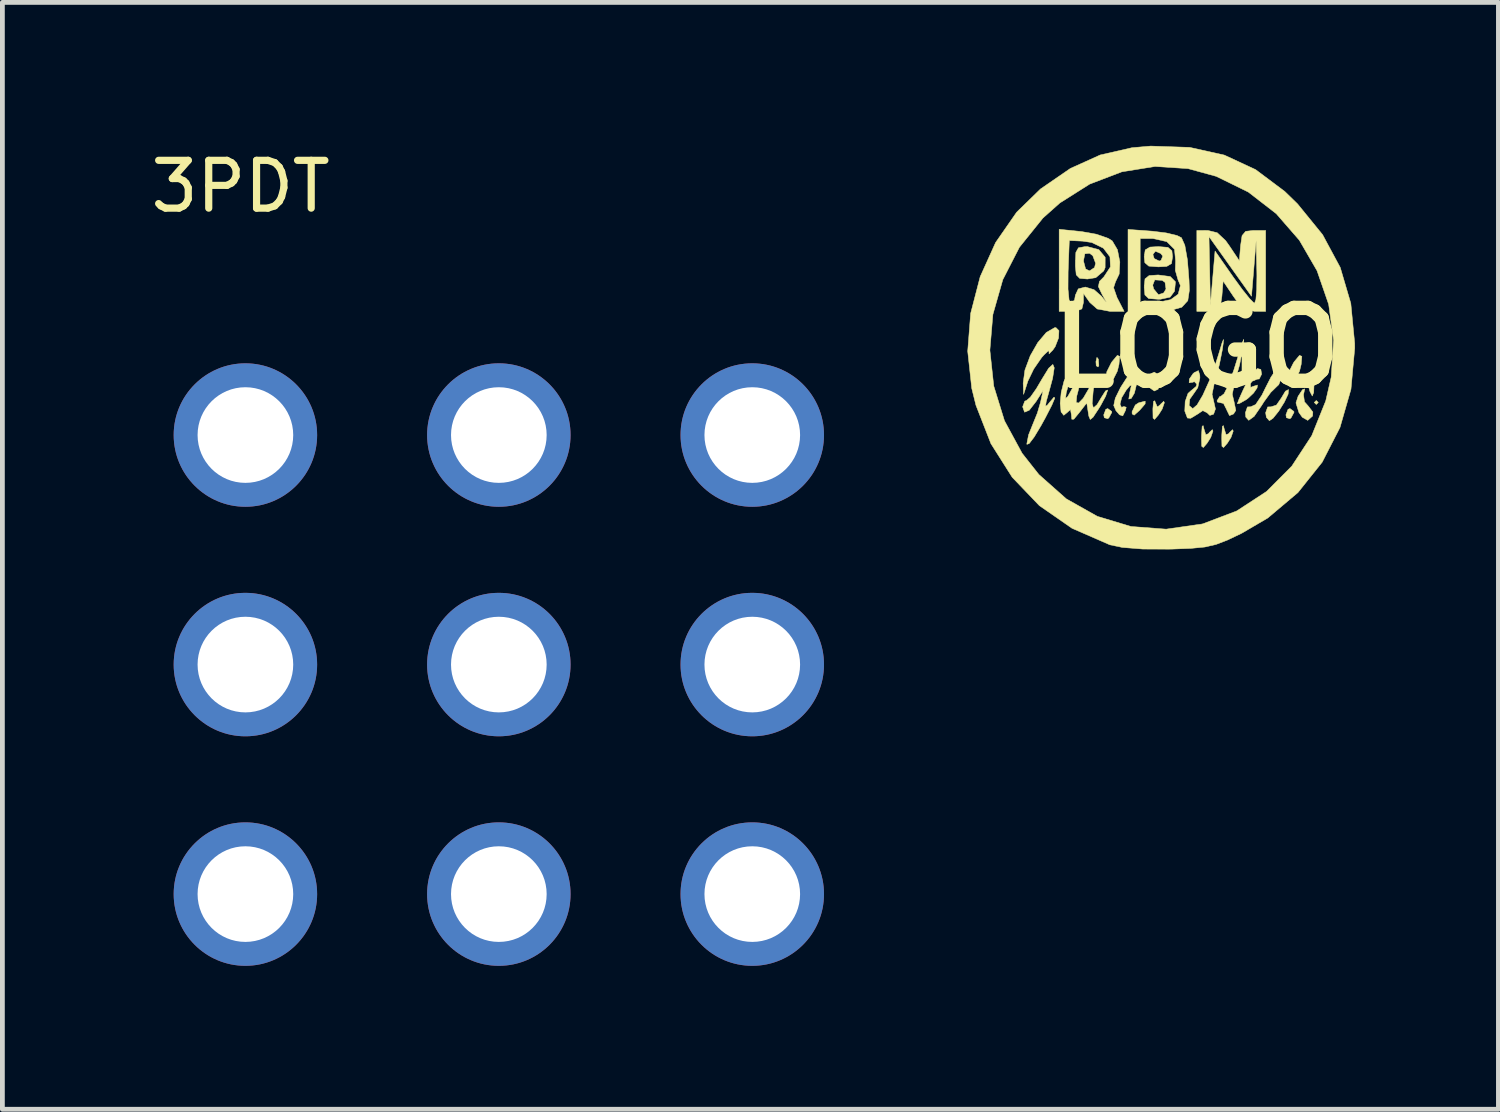
<source format=kicad_pcb>
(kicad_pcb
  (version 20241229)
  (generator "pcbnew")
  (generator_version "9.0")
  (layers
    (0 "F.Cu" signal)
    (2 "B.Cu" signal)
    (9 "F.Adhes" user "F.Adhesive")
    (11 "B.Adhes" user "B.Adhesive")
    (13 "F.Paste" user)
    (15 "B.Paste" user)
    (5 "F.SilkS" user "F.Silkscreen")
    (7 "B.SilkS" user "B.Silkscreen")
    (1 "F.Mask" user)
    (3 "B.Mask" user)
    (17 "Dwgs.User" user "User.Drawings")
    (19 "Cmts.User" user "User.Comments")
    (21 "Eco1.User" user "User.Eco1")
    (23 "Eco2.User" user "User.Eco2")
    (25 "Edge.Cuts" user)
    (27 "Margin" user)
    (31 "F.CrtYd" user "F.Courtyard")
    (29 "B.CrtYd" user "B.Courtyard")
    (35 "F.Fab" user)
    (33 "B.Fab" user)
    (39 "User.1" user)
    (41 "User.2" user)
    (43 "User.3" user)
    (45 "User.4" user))
  (footprint "LOGO"
    (layer "F.Cu")
    (at 21.979 4.224)
    (property "Reference" "LOGO" (at 0 0 0) (layer "F.SilkS") (effects (font (size 1.524 1.524) (thickness 0.3))))
    (attr through_hole)
    (fp_poly (pts (xy 2.54 1.143) (xy 2.498 1.185) (xy 2.455 1.143) (xy 2.498 1.101) (xy 2.54 1.143)) (stroke (width 0.01) (type solid)) (fill yes) (layer "F.SilkS"))
    (fp_poly (pts (xy -2.059 0.238) (xy -2.049 0.37) (xy -2.066 0.4) (xy -2.104 0.375) (xy -2.11 0.289) (xy -2.089 0.199) (xy -2.059 0.238)) (stroke (width 0.01) (type solid)) (fill yes) (layer "F.SilkS"))
    (fp_poly (pts (xy -1.78 1.331) (xy -1.778 1.35) (xy -1.84 1.464) (xy -1.863 1.482) (xy -1.935 1.462) (xy -1.947 1.402) (xy -1.903 1.286) (xy -1.863 1.27) (xy -1.78 1.331)) (stroke (width 0.01) (type solid)) (fill yes) (layer "F.SilkS"))
    (fp_poly (pts (xy -1.081 1.172) (xy -1.196 1.306) (xy -1.311 1.408) (xy -1.352 1.383) (xy -1.355 1.336) (xy -1.286 1.195) (xy -1.216 1.15) (xy -1.08 1.115) (xy -1.081 1.172)) (stroke (width 0.01) (type solid)) (fill yes) (layer "F.SilkS"))
    (fp_poly (pts (xy -0.786 0.581) (xy -0.762 0.706) (xy -0.809 0.865) (xy -0.889 0.903) (xy -0.992 0.83) (xy -1.016 0.706) (xy -0.969 0.546) (xy -0.889 0.508) (xy -0.786 0.581)) (stroke (width 0.01) (type solid)) (fill yes) (layer "F.SilkS"))
    (fp_poly (pts (xy 2.03 1.331) (xy 2.032 1.35) (xy 1.97 1.464) (xy 1.947 1.482) (xy 1.875 1.462) (xy 1.863 1.402) (xy 1.907 1.286) (xy 1.947 1.27) (xy 2.03 1.331)) (stroke (width 0.01) (type solid)) (fill yes) (layer "F.SilkS"))
    (fp_poly (pts (xy 2.448 0.569) (xy 2.453 0.699) (xy 2.444 0.934) (xy 2.414 1.007) (xy 2.366 0.915) (xy 2.342 0.832) (xy 2.336 0.625) (xy 2.372 0.514) (xy 2.424 0.468) (xy 2.448 0.569)) (stroke (width 0.01) (type solid)) (fill yes) (layer "F.SilkS"))
    (fp_poly (pts (xy -1.614 0.178) (xy -1.628 0.346) (xy -1.662 0.487) (xy -1.743 0.648) (xy -1.843 0.664) (xy -1.895 0.609) (xy -1.882 0.499) (xy -1.792 0.32) (xy -1.774 0.291) (xy -1.663 0.158) (xy -1.614 0.178)) (stroke (width 0.01) (type solid)) (fill yes) (layer "F.SilkS"))
    (fp_poly (pts (xy 2.196 0.178) (xy 2.182 0.346) (xy 2.148 0.487) (xy 2.067 0.648) (xy 1.967 0.664) (xy 1.915 0.609) (xy 1.928 0.499) (xy 2.018 0.32) (xy 2.036 0.291) (xy 2.147 0.158) (xy 2.196 0.178)) (stroke (width 0.01) (type solid)) (fill yes) (layer "F.SilkS"))
    (fp_poly (pts (xy 2.233 0.971) (xy 2.23 0.978) (xy 2.251 1.129) (xy 2.331 1.219) (xy 2.426 1.343) (xy 2.421 1.426) (xy 2.319 1.517) (xy 2.206 1.452) (xy 2.135 1.353) (xy 2.073 1.152) (xy 2.118 1.014) (xy 2.209 0.876) (xy 2.256 0.859) (xy 2.233 0.971)) (stroke (width 0.01) (type solid)) (fill yes) (layer "F.SilkS"))
    (fp_poly (pts (xy -0.871 1.134) (xy -0.825 1.238) (xy -0.761 1.186) (xy -0.755 1.176) (xy -0.692 1.118) (xy -0.679 1.148) (xy -0.725 1.28) (xy -0.802 1.402) (xy -0.884 1.497) (xy -0.916 1.469) (xy -0.919 1.295) (xy -0.919 1.27) (xy -0.905 1.119) (xy -0.879 1.107) (xy -0.871 1.134)) (stroke (width 0.01) (type solid)) (fill yes) (layer "F.SilkS"))
    (fp_poly (pts (xy 0.146 1.686) (xy 0.187 1.817) (xy 0.244 1.795) (xy 0.26 1.771) (xy 0.324 1.711) (xy 0.337 1.741) (xy 0.291 1.873) (xy 0.214 1.995) (xy 0.136 2.085) (xy 0.102 2.059) (xy 0.097 1.895) (xy 0.099 1.82) (xy 0.111 1.642) (xy 0.132 1.627) (xy 0.146 1.686)) (stroke (width 0.01) (type solid)) (fill yes) (layer "F.SilkS"))
    (fp_poly (pts (xy 0.57 1.686) (xy 0.611 1.817) (xy 0.667 1.795) (xy 0.684 1.771) (xy 0.747 1.711) (xy 0.761 1.741) (xy 0.715 1.873) (xy 0.638 1.995) (xy 0.559 2.085) (xy 0.525 2.059) (xy 0.521 1.895) (xy 0.522 1.82) (xy 0.534 1.642) (xy 0.555 1.627) (xy 0.57 1.686)) (stroke (width 0.01) (type solid)) (fill yes) (layer "F.SilkS"))
    (fp_poly (pts (xy 1.918 0.874) (xy 1.909 0.969) (xy 1.829 1.138) (xy 1.712 1.325) (xy 1.594 1.472) (xy 1.517 1.524) (xy 1.454 1.453) (xy 1.439 1.357) (xy 1.482 1.236) (xy 1.551 1.234) (xy 1.665 1.197) (xy 1.766 1.051) (xy 1.853 0.906) (xy 1.917 0.873) (xy 1.918 0.874)) (stroke (width 0.01) (type solid)) (fill yes) (layer "F.SilkS"))
    (fp_poly (pts (xy 1.768 0.487) (xy 1.77 0.627) (xy 1.714 0.769) (xy 1.66 0.821) (xy 1.545 0.933) (xy 1.401 1.132) (xy 1.355 1.206) (xy 1.198 1.434) (xy 1.085 1.516) (xy 1.024 1.448) (xy 1.016 1.357) (xy 1.058 1.236) (xy 1.127 1.233) (xy 1.23 1.186) (xy 1.361 0.99) (xy 1.43 0.849) (xy 1.549 0.615) (xy 1.652 0.46) (xy 1.7 0.423) (xy 1.768 0.487)) (stroke (width 0.01) (type solid)) (fill yes) (layer "F.SilkS"))
    (fp_poly (pts (xy -2.884 -0.359) (xy -2.892 -0.206) (xy -2.962 -0.026) (xy -3.012 0.047) (xy -3.091 0.126) (xy -3.09 0.085) (xy -3.102 0.059) (xy -3.195 0.146) (xy -3.245 0.202) (xy -3.412 0.444) (xy -3.534 0.697) (xy -3.538 0.71) (xy -3.623 0.974) (xy -3.632 0.738) (xy -3.595 0.465) (xy -3.484 0.167) (xy -3.326 -0.11) (xy -3.148 -0.321) (xy -2.975 -0.421) (xy -2.947 -0.423) (xy -2.884 -0.359)) (stroke (width 0.01) (type solid)) (fill yes) (layer "F.SilkS"))
    (fp_poly (pts (xy 1.338 0.451) (xy 1.355 0.55) (xy 1.305 0.651) (xy 1.259 0.656) (xy 1.15 0.703) (xy 1.121 0.753) (xy 1.124 0.827) (xy 1.185 0.804) (xy 1.267 0.778) (xy 1.26 0.839) (xy 1.186 0.946) (xy 1.066 1.059) (xy 1.033 1.083) (xy 0.896 1.161) (xy 0.847 1.169) (xy 0.88 1.078) (xy 0.965 0.888) (xy 1.018 0.778) (xy 1.152 0.546) (xy 1.265 0.433) (xy 1.338 0.451)) (stroke (width 0.01) (type solid)) (fill yes) (layer "F.SilkS"))
    (fp_poly (pts (xy -0.604 -2.101) (xy -0.522 -2.03) (xy -0.508 -1.905) (xy -0.53 -1.762) (xy -0.63 -1.703) (xy -0.804 -1.693) (xy -1.005 -1.709) (xy -1.087 -1.78) (xy -1.101 -1.905) (xy -1.094 -1.951) (xy -0.919 -1.951) (xy -0.892 -1.867) (xy -0.786 -1.815) (xy -0.749 -1.829) (xy -0.713 -1.918) (xy -0.753 -1.972) (xy -0.867 -2.021) (xy -0.919 -1.951) (xy -1.094 -1.951) (xy -1.079 -2.048) (xy -0.979 -2.107) (xy -0.804 -2.117) (xy -0.604 -2.101)) (stroke (width 0.01) (type solid)) (fill yes) (layer "F.SilkS"))
    (fp_poly (pts (xy -0.556 -1.491) (xy -0.447 -1.381) (xy -0.466 -1.185) (xy -0.559 -1.06) (xy -0.758 -1.017) (xy -0.81 -1.016) (xy -1.007 -1.031) (xy -1.086 -1.106) (xy -1.101 -1.27) (xy -1.097 -1.311) (xy -0.923 -1.311) (xy -0.902 -1.231) (xy -0.803 -1.111) (xy -0.692 -1.149) (xy -0.645 -1.231) (xy -0.665 -1.369) (xy -0.725 -1.411) (xy -0.88 -1.421) (xy -0.923 -1.311) (xy -1.097 -1.311) (xy -1.084 -1.442) (xy -0.998 -1.511) (xy -0.809 -1.524) (xy -0.556 -1.491)) (stroke (width 0.01) (type solid)) (fill yes) (layer "F.SilkS"))
    (fp_poly (pts (xy 0.977 -0.105) (xy 0.956 0.042) (xy 0.894 0.356) (xy 0.808 0.662) (xy 0.801 0.683) (xy 0.741 0.971) (xy 0.78 1.136) (xy 0.815 1.308) (xy 0.768 1.383) (xy 0.683 1.417) (xy 0.625 1.298) (xy 0.623 1.291) (xy 0.558 1.163) (xy 0.498 1.149) (xy 0.428 1.133) (xy 0.423 1.106) (xy 0.478 1.019) (xy 0.498 1.016) (xy 0.57 0.96) (xy 0.66 0.781) (xy 0.774 0.463) (xy 0.879 0.127) (xy 0.95 -0.103) (xy 0.98 -0.179) (xy 0.977 -0.105)) (stroke (width 0.01) (type solid)) (fill yes) (layer "F.SilkS"))
    (fp_poly (pts (xy -2.05 -2.054) (xy -1.917 -1.894) (xy -1.918 -1.677) (xy -1.947 -1.609) (xy -2.114 -1.467) (xy -2.289 -1.439) (xy -2.45 -1.453) (xy -2.522 -1.526) (xy -2.54 -1.708) (xy -2.54 -1.778) (xy -2.538 -1.818) (xy -2.371 -1.818) (xy -2.326 -1.649) (xy -2.244 -1.609) (xy -2.139 -1.679) (xy -2.117 -1.769) (xy -2.176 -1.927) (xy -2.244 -1.978) (xy -2.342 -1.967) (xy -2.371 -1.818) (xy -2.538 -1.818) (xy -2.53 -1.995) (xy -2.476 -2.092) (xy -2.341 -2.116) (xy -2.289 -2.117) (xy -2.05 -2.054)) (stroke (width 0.01) (type solid)) (fill yes) (layer "F.SilkS"))
    (fp_poly (pts (xy -1.259 0.582) (xy -1.26 0.758) (xy -1.305 0.945) (xy -1.371 1.058) (xy -1.423 1.071) (xy -1.403 0.934) (xy -1.402 0.931) (xy -1.369 0.787) (xy -1.401 0.793) (xy -1.477 0.884) (xy -1.572 1.042) (xy -1.607 1.178) (xy -1.577 1.244) (xy -1.525 1.228) (xy -1.477 1.242) (xy -1.492 1.308) (xy -1.549 1.423) (xy -1.617 1.4) (xy -1.691 1.315) (xy -1.738 1.206) (xy -1.705 1.053) (xy -1.594 0.828) (xy -1.463 0.623) (xy -1.351 0.504) (xy -1.311 0.491) (xy -1.259 0.582)) (stroke (width 0.01) (type solid)) (fill yes) (layer "F.SilkS"))
    (fp_poly (pts (xy -0.93 -2.439) (xy -0.641 -2.403) (xy -0.415 -2.349) (xy -0.321 -2.302) (xy -0.251 -2.144) (xy -0.197 -1.84) (xy -0.163 -1.412) (xy -0.156 -1.205) (xy -0.189 -0.986) (xy -0.315 -0.849) (xy -0.56 -0.78) (xy -0.899 -0.762) (xy -1.439 -0.762) (xy -1.439 -2.286) (xy -1.185 -2.286) (xy -1.185 -0.922) (xy -0.834 -0.948) (xy -0.548 -1.007) (xy -0.39 -1.122) (xy -0.343 -1.303) (xy -0.394 -1.424) (xy -0.45 -1.62) (xy -0.444 -1.818) (xy -0.467 -2.06) (xy -0.629 -2.221) (xy -0.913 -2.285) (xy -0.948 -2.286) (xy -1.185 -2.286) (xy -1.439 -2.286) (xy -1.439 -2.476) (xy -0.93 -2.439)) (stroke (width 0.01) (type solid)) (fill yes) (layer "F.SilkS"))
    (fp_poly (pts (xy -2.982 0.418) (xy -3.016 0.637) (xy -3.084 0.889) (xy -3.15 1.125) (xy -3.164 1.221) (xy -3.126 1.199) (xy -3.086 1.148) (xy -2.987 1.031) (xy -2.97 1.051) (xy -3.032 1.198) (xy -3.168 1.463) (xy -3.259 1.628) (xy -3.4 1.863) (xy -3.505 2.001) (xy -3.554 2.019) (xy -3.555 2.007) (xy -3.519 1.821) (xy -3.441 1.626) (xy -3.334 1.362) (xy -3.27 1.143) (xy -3.214 0.889) (xy -3.362 1.122) (xy -3.505 1.305) (xy -3.602 1.346) (xy -3.641 1.239) (xy -3.641 1.228) (xy -3.598 1.115) (xy -3.561 1.101) (xy -3.481 1.032) (xy -3.356 0.854) (xy -3.244 0.663) (xy -3.099 0.427) (xy -3.011 0.347) (xy -2.982 0.418)) (stroke (width 0.01) (type solid)) (fill yes) (layer "F.SilkS"))
    (fp_poly (pts (xy 0.553 -0.101) (xy 0.533 0.042) (xy 0.47 0.356) (xy 0.385 0.662) (xy 0.378 0.683) (xy 0.318 0.971) (xy 0.357 1.136) (xy 0.389 1.279) (xy 0.35 1.388) (xy 0.272 1.413) (xy 0.213 1.357) (xy 0.125 1.313) (xy 0.006 1.392) (xy -0.128 1.473) (xy -0.197 1.468) (xy -0.252 1.323) (xy -0.244 1.124) (xy -0.185 0.954) (xy -0.127 0.901) (xy -0.015 0.808) (xy 0 0.76) (xy -0.052 0.707) (xy -0.085 0.72) (xy -0.161 0.73) (xy -0.156 0.653) (xy -0.08 0.541) (xy -0.053 0.517) (xy 0.033 0.476) (xy 0.062 0.573) (xy 0.064 0.632) (xy 0.02 0.833) (xy -0.053 0.94) (xy -0.148 1.074) (xy -0.162 1.206) (xy -0.089 1.27) (xy -0.084 1.27) (xy 0.005 1.194) (xy 0.125 0.991) (xy 0.259 0.694) (xy 0.391 0.339) (xy 0.458 0.127) (xy 0.527 -0.102) (xy 0.557 -0.176) (xy 0.553 -0.101)) (stroke (width 0.01) (type solid)) (fill yes) (layer "F.SilkS"))
    (fp_poly (pts (xy 1.439 -0.762) (xy 1.206 -0.763) (xy 1.014 -0.811) (xy 0.839 -0.974) (xy 0.762 -1.081) (xy 0.55 -1.397) (xy 0.524 -1.079) (xy 0.493 -0.871) (xy 0.418 -0.781) (xy 0.257 -0.762) (xy 0.249 -0.762) (xy 0 -0.762) (xy 0 -2.327) (xy 0.254 -2.327) (xy 0.269 -1.608) (xy 0.284 -0.889) (xy 0.332 -1.457) (xy 0.381 -2.024) (xy 0.762 -1.479) (xy 0.949 -1.222) (xy 1.103 -1.03) (xy 1.196 -0.937) (xy 1.206 -0.933) (xy 1.235 -1.01) (xy 1.252 -1.216) (xy 1.256 -1.509) (xy 1.255 -1.587) (xy 1.24 -2.244) (xy 1.192 -1.661) (xy 1.143 -1.079) (xy 0.254 -2.327) (xy 0 -2.327) (xy 0 -2.455) (xy 0.233 -2.454) (xy 0.426 -2.407) (xy 0.601 -2.243) (xy 0.677 -2.137) (xy 0.889 -1.82) (xy 0.915 -2.138) (xy 0.946 -2.347) (xy 1.021 -2.436) (xy 1.182 -2.455) (xy 1.19 -2.455) (xy 1.439 -2.455) (xy 1.439 -0.762)) (stroke (width 0.01) (type solid)) (fill yes) (layer "F.SilkS"))
    (fp_poly (pts (xy -2.404 -2.43) (xy -2.097 -2.375) (xy -1.852 -2.289) (xy -1.769 -2.236) (xy -1.66 -2.051) (xy -1.61 -1.795) (xy -1.624 -1.543) (xy -1.701 -1.381) (xy -1.741 -1.258) (xy -1.669 -1.051) (xy -1.656 -1.026) (xy -1.52 -0.762) (xy -1.813 -0.762) (xy -2.082 -0.812) (xy -2.239 -0.95) (xy -2.371 -1.138) (xy -2.371 -0.95) (xy -2.404 -0.814) (xy -2.535 -0.765) (xy -2.625 -0.762) (xy -2.879 -0.762) (xy -2.879 -1.227) (xy -2.694 -1.227) (xy -2.672 -1.003) (xy -2.628 -0.931) (xy -2.557 -1.002) (xy -2.54 -1.101) (xy -2.479 -1.233) (xy -2.332 -1.271) (xy -2.15 -1.216) (xy -1.994 -1.079) (xy -1.899 -0.957) (xy -1.896 -0.966) (xy -1.979 -1.112) (xy -2.059 -1.28) (xy -2.036 -1.39) (xy -1.943 -1.485) (xy -1.807 -1.693) (xy -1.817 -1.903) (xy -1.954 -2.084) (xy -2.199 -2.203) (xy -2.386 -2.231) (xy -2.667 -2.244) (xy -2.692 -1.587) (xy -2.694 -1.227) (xy -2.879 -1.227) (xy -2.879 -2.479) (xy -2.404 -2.43)) (stroke (width 0.01) (type solid)) (fill yes) (layer "F.SilkS"))
    (fp_poly (pts (xy -2.634 0.549) (xy -2.654 0.664) (xy -2.731 0.94) (xy -2.746 1.058) (xy -2.7 1.02) (xy -2.591 0.825) (xy -2.58 0.804) (xy -2.472 0.605) (xy -2.42 0.552) (xy -2.425 0.65) (xy -2.483 0.903) (xy -2.511 1.007) (xy -2.524 1.144) (xy -2.472 1.154) (xy -2.376 1.055) (xy -2.263 0.862) (xy -2.242 0.819) (xy -2.119 0.55) (xy -2.168 0.91) (xy -2.189 1.164) (xy -2.163 1.256) (xy -2.086 1.188) (xy -1.996 1.037) (xy -1.91 0.902) (xy -1.867 0.882) (xy -1.866 0.889) (xy -1.906 1.009) (xy -2.01 1.204) (xy -2.051 1.27) (xy -2.17 1.451) (xy -2.229 1.499) (xy -2.259 1.427) (xy -2.27 1.359) (xy -2.302 1.152) (xy -2.462 1.359) (xy -2.572 1.492) (xy -2.615 1.494) (xy -2.624 1.397) (xy -2.642 1.29) (xy -2.698 1.34) (xy -2.7 1.343) (xy -2.783 1.411) (xy -2.839 1.34) (xy -2.858 1.16) (xy -2.836 0.929) (xy -2.779 0.702) (xy -2.707 0.555) (xy -2.689 0.538) (xy -2.634 0.549)) (stroke (width 0.01) (type solid)) (fill yes) (layer "F.SilkS"))
    (fp_poly (pts (xy -0.15 -4.192) (xy 0.574 -4.031) (xy 1.229 -3.727) (xy 1.839 -3.27) (xy 2.105 -3.011) (xy 2.63 -2.366) (xy 2.999 -1.68) (xy 3.22 -0.93) (xy 3.301 -0.095) (xy 3.302 0.006) (xy 3.223 0.867) (xy 2.993 1.667) (xy 2.621 2.392) (xy 2.114 3.027) (xy 1.483 3.559) (xy 0.938 3.878) (xy 0.641 4.02) (xy 0.401 4.112) (xy 0.165 4.166) (xy -0.124 4.194) (xy -0.519 4.209) (xy -0.587 4.21) (xy -1.13 4.208) (xy -1.558 4.174) (xy -1.82 4.119) (xy -2.61 3.774) (xy -3.293 3.3) (xy -3.861 2.707) (xy -4.306 2.004) (xy -4.619 1.202) (xy -4.707 0.847) (xy -4.792 0.068) (xy -4.79 0.05) (xy -4.328 0.05) (xy -4.247 0.799) (xy -4.023 1.525) (xy -3.654 2.205) (xy -3.304 2.649) (xy -2.729 3.159) (xy -2.081 3.524) (xy -1.379 3.736) (xy -0.642 3.792) (xy 0.11 3.684) (xy 0.13 3.679) (xy 0.835 3.411) (xy 1.458 3.004) (xy 1.986 2.474) (xy 2.403 1.837) (xy 2.696 1.11) (xy 2.81 0.614) (xy 2.86 -0.16) (xy 2.757 -0.909) (xy 2.514 -1.612) (xy 2.144 -2.25) (xy 1.661 -2.805) (xy 1.077 -3.257) (xy 0.406 -3.586) (xy -0.184 -3.748) (xy -0.873 -3.793) (xy -1.568 -3.681) (xy -2.241 -3.424) (xy -2.864 -3.03) (xy -3.218 -2.715) (xy -3.71 -2.104) (xy -4.058 -1.425) (xy -4.265 -0.699) (xy -4.328 0.05) (xy -4.79 0.05) (xy -4.73 -0.72) (xy -4.531 -1.487) (xy -4.208 -2.202) (xy -3.768 -2.836) (xy -3.269 -3.322) (xy -2.645 -3.751) (xy -2.021 -4.033) (xy -1.356 -4.185) (xy -0.965 -4.219) (xy -0.15 -4.192)) (stroke (width 0.01) (type solid)) (fill yes) (layer "F.SilkS")))
  (footprint "3PDT"
    (layer "F.Cu")
    (at 2.082 15.648)
    (property "Reference" "3PDT" (at -0.1 -14.8 0) (layer "F.SilkS") (effects (font (size 1 1) (thickness 0.15))))
    (attr through_hole)
    (pad "1" thru_hole circle (at 0 0) (size 3 3) (drill 2) (layers "*.Cu" "*.Mask"))
    (pad "2" thru_hole circle (at 5.3 0) (size 3 3) (drill 2) (layers "*.Cu" "*.Mask"))
    (pad "3" thru_hole circle (at 10.6 0) (size 3 3) (drill 2) (layers "*.Cu" "*.Mask"))
    (pad "4" thru_hole circle (at 0 -4.8) (size 3 3) (drill 2) (layers "*.Cu" "*.Mask"))
    (pad "5" thru_hole circle (at 5.3 -4.8) (size 3 3) (drill 2) (layers "*.Cu" "*.Mask"))
    (pad "6" thru_hole circle (at 10.6 -4.8) (size 3 3) (drill 2) (layers "*.Cu" "*.Mask"))
    (pad "7" thru_hole circle (at 0 -9.6) (size 3 3) (drill 2) (layers "*.Cu" "*.Mask"))
    (pad "8" thru_hole circle (at 5.3 -9.6) (size 3 3) (drill 2) (layers "*.Cu" "*.Mask"))
    (pad "9" thru_hole circle (at 10.6 -9.6) (size 3 3) (drill 2) (layers "*.Cu" "*.Mask")))
  (gr_rect
    (start -3 -3)
    (end 28.286 20.148)
    (stroke (width 0.1) (type default))
    (fill no)
    (layer "Edge.Cuts")))
</source>
